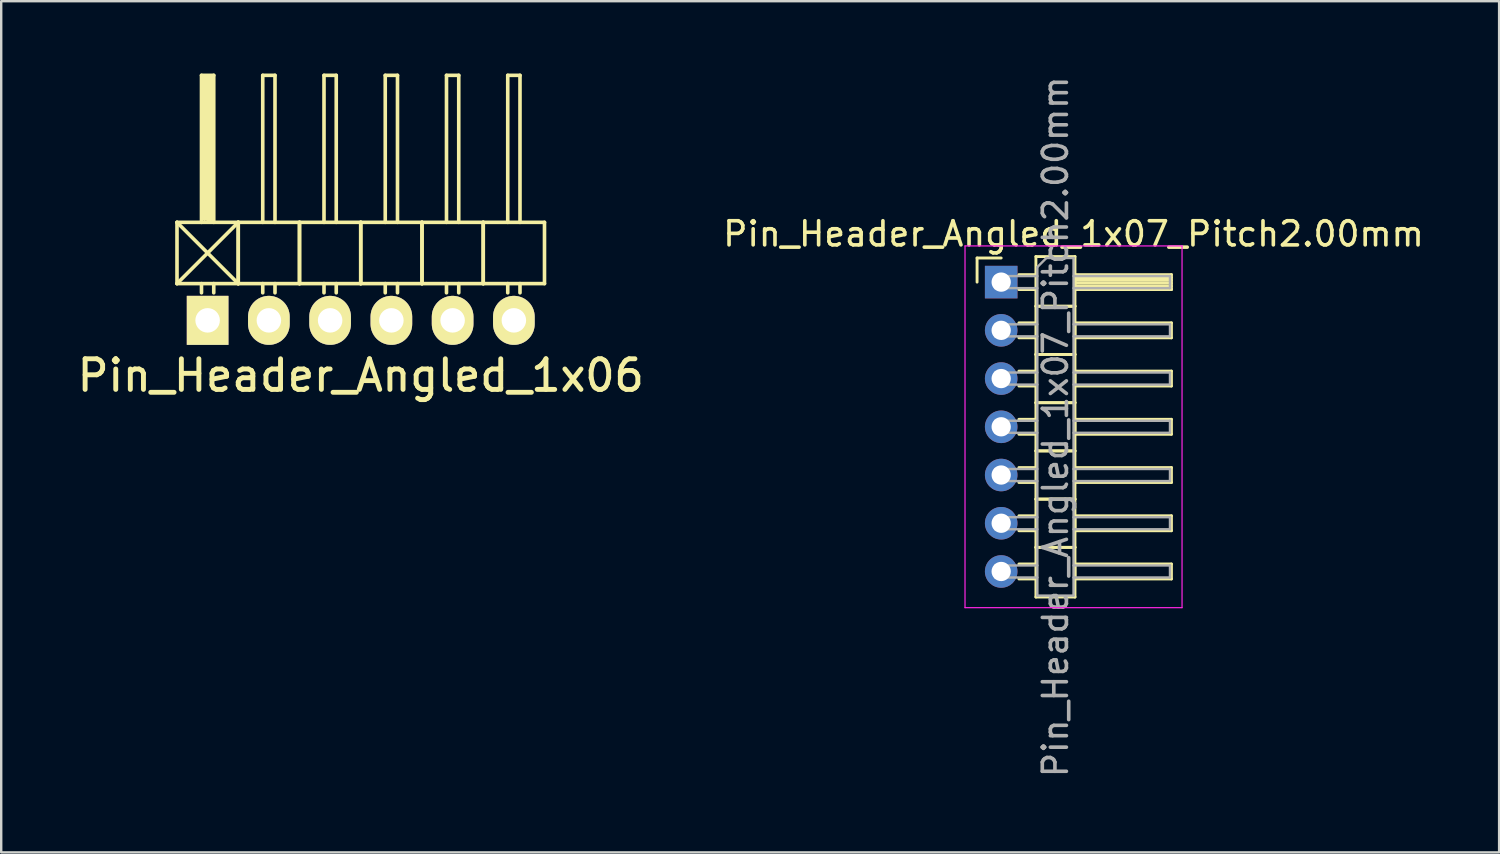
<source format=kicad_pcb>
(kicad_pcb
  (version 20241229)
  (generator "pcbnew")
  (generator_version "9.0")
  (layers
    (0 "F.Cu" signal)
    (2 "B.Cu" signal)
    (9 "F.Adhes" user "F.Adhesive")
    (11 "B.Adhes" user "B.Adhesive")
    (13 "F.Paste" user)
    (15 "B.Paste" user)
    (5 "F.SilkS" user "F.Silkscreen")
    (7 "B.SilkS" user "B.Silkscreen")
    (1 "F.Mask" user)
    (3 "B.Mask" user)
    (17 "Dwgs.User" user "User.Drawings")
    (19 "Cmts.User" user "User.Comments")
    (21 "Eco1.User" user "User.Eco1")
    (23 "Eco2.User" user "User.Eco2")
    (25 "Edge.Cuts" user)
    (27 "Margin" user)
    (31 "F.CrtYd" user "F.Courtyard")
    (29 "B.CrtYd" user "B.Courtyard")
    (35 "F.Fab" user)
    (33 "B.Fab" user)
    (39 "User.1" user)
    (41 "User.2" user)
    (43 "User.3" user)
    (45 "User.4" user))
  (footprint "Pin_Header_Angled_1x06"
    (layer "F.Cu")
    (at 11.91 10.235)
    (property "Reference" "Pin_Header_Angled_1x06" (at 0 2.286 0) (layer "F.SilkS") (effects (font (size 1.27 1.27) (thickness 0.203))))
    (attr through_hole)
    (fp_line (start -7.62 -4.064) (end -5.08 -1.524) (stroke (width 0.15) (type solid)) (layer "F.SilkS"))
    (fp_line (start -7.62 -1.524) (end -7.62 -4.064) (stroke (width 0.15) (type solid)) (layer "F.SilkS"))
    (fp_line (start -7.62 -1.524) (end -5.08 -1.524) (stroke (width 0.15) (type solid)) (layer "F.SilkS"))
    (fp_line (start -6.604 -10.16) (end -6.096 -10.16) (stroke (width 0.15) (type solid)) (layer "F.SilkS"))
    (fp_line (start -6.604 -4.064) (end -6.604 -10.16) (stroke (width 0.15) (type solid)) (layer "F.SilkS"))
    (fp_line (start -6.604 -1.524) (end -6.604 -1.143) (stroke (width 0.15) (type solid)) (layer "F.SilkS"))
    (fp_line (start -6.477 -10.033) (end -6.223 -10.033) (stroke (width 0.15) (type solid)) (layer "F.SilkS"))
    (fp_line (start -6.477 -4.191) (end -6.477 -10.033) (stroke (width 0.15) (type solid)) (layer "F.SilkS"))
    (fp_line (start -6.35 -4.191) (end -6.35 -10.033) (stroke (width 0.15) (type solid)) (layer "F.SilkS"))
    (fp_line (start -6.223 -10.033) (end -6.223 -4.191) (stroke (width 0.15) (type solid)) (layer "F.SilkS"))
    (fp_line (start -6.223 -4.191) (end -6.35 -4.191) (stroke (width 0.15) (type solid)) (layer "F.SilkS"))
    (fp_line (start -6.096 -10.16) (end -6.096 -4.064) (stroke (width 0.15) (type solid)) (layer "F.SilkS"))
    (fp_line (start -6.096 -1.524) (end -6.096 -1.143) (stroke (width 0.15) (type solid)) (layer "F.SilkS"))
    (fp_line (start -5.08 -4.064) (end -7.62 -4.064) (stroke (width 0.15) (type solid)) (layer "F.SilkS"))
    (fp_line (start -5.08 -4.064) (end -7.62 -1.524) (stroke (width 0.15) (type solid)) (layer "F.SilkS"))
    (fp_line (start -5.08 -1.524) (end -5.08 -4.064) (stroke (width 0.15) (type solid)) (layer "F.SilkS"))
    (fp_line (start -5.08 -1.524) (end -5.08 -4.064) (stroke (width 0.15) (type solid)) (layer "F.SilkS"))
    (fp_line (start -5.08 -1.524) (end -2.54 -1.524) (stroke (width 0.15) (type solid)) (layer "F.SilkS"))
    (fp_line (start -4.064 -10.16) (end -3.556 -10.16) (stroke (width 0.15) (type solid)) (layer "F.SilkS"))
    (fp_line (start -4.064 -4.064) (end -4.064 -10.16) (stroke (width 0.15) (type solid)) (layer "F.SilkS"))
    (fp_line (start -4.064 -1.524) (end -4.064 -1.143) (stroke (width 0.15) (type solid)) (layer "F.SilkS"))
    (fp_line (start -3.556 -10.16) (end -3.556 -4.064) (stroke (width 0.15) (type solid)) (layer "F.SilkS"))
    (fp_line (start -3.556 -1.524) (end -3.556 -1.143) (stroke (width 0.15) (type solid)) (layer "F.SilkS"))
    (fp_line (start -2.54 -4.064) (end -5.08 -4.064) (stroke (width 0.15) (type solid)) (layer "F.SilkS"))
    (fp_line (start -2.54 -1.524) (end -2.54 -4.064) (stroke (width 0.15) (type solid)) (layer "F.SilkS"))
    (fp_line (start -2.54 -1.524) (end -2.54 -4.064) (stroke (width 0.15) (type solid)) (layer "F.SilkS"))
    (fp_line (start -2.54 -1.524) (end 0 -1.524) (stroke (width 0.15) (type solid)) (layer "F.SilkS"))
    (fp_line (start -1.524 -10.16) (end -1.016 -10.16) (stroke (width 0.15) (type solid)) (layer "F.SilkS"))
    (fp_line (start -1.524 -4.064) (end -1.524 -10.16) (stroke (width 0.15) (type solid)) (layer "F.SilkS"))
    (fp_line (start -1.524 -1.524) (end -1.524 -1.143) (stroke (width 0.15) (type solid)) (layer "F.SilkS"))
    (fp_line (start -1.016 -10.16) (end -1.016 -4.064) (stroke (width 0.15) (type solid)) (layer "F.SilkS"))
    (fp_line (start -1.016 -1.524) (end -1.016 -1.143) (stroke (width 0.15) (type solid)) (layer "F.SilkS"))
    (fp_line (start 0 -4.064) (end -2.54 -4.064) (stroke (width 0.15) (type solid)) (layer "F.SilkS"))
    (fp_line (start 0 -1.524) (end 0 -4.064) (stroke (width 0.15) (type solid)) (layer "F.SilkS"))
    (fp_line (start 0 -1.524) (end 0 -4.064) (stroke (width 0.15) (type solid)) (layer "F.SilkS"))
    (fp_line (start 0 -1.524) (end 2.54 -1.524) (stroke (width 0.15) (type solid)) (layer "F.SilkS"))
    (fp_line (start 1.016 -10.16) (end 1.524 -10.16) (stroke (width 0.15) (type solid)) (layer "F.SilkS"))
    (fp_line (start 1.016 -4.064) (end 1.016 -10.16) (stroke (width 0.15) (type solid)) (layer "F.SilkS"))
    (fp_line (start 1.016 -1.524) (end 1.016 -1.143) (stroke (width 0.15) (type solid)) (layer "F.SilkS"))
    (fp_line (start 1.524 -10.16) (end 1.524 -4.064) (stroke (width 0.15) (type solid)) (layer "F.SilkS"))
    (fp_line (start 1.524 -1.524) (end 1.524 -1.143) (stroke (width 0.15) (type solid)) (layer "F.SilkS"))
    (fp_line (start 2.54 -4.064) (end 0 -4.064) (stroke (width 0.15) (type solid)) (layer "F.SilkS"))
    (fp_line (start 2.54 -1.524) (end 2.54 -4.064) (stroke (width 0.15) (type solid)) (layer "F.SilkS"))
    (fp_line (start 2.54 -1.524) (end 2.54 -4.064) (stroke (width 0.15) (type solid)) (layer "F.SilkS"))
    (fp_line (start 2.54 -1.524) (end 5.08 -1.524) (stroke (width 0.15) (type solid)) (layer "F.SilkS"))
    (fp_line (start 3.556 -10.16) (end 4.064 -10.16) (stroke (width 0.15) (type solid)) (layer "F.SilkS"))
    (fp_line (start 3.556 -4.064) (end 3.556 -10.16) (stroke (width 0.15) (type solid)) (layer "F.SilkS"))
    (fp_line (start 3.556 -1.524) (end 3.556 -1.143) (stroke (width 0.15) (type solid)) (layer "F.SilkS"))
    (fp_line (start 4.064 -10.16) (end 4.064 -4.064) (stroke (width 0.15) (type solid)) (layer "F.SilkS"))
    (fp_line (start 4.064 -1.524) (end 4.064 -1.143) (stroke (width 0.15) (type solid)) (layer "F.SilkS"))
    (fp_line (start 5.08 -4.064) (end 2.54 -4.064) (stroke (width 0.15) (type solid)) (layer "F.SilkS"))
    (fp_line (start 5.08 -1.524) (end 5.08 -4.064) (stroke (width 0.15) (type solid)) (layer "F.SilkS"))
    (fp_line (start 5.08 -1.524) (end 5.08 -4.064) (stroke (width 0.15) (type solid)) (layer "F.SilkS"))
    (fp_line (start 5.08 -1.524) (end 7.62 -1.524) (stroke (width 0.15) (type solid)) (layer "F.SilkS"))
    (fp_line (start 6.096 -10.16) (end 6.604 -10.16) (stroke (width 0.15) (type solid)) (layer "F.SilkS"))
    (fp_line (start 6.096 -4.064) (end 6.096 -10.16) (stroke (width 0.15) (type solid)) (layer "F.SilkS"))
    (fp_line (start 6.096 -1.524) (end 6.096 -1.143) (stroke (width 0.15) (type solid)) (layer "F.SilkS"))
    (fp_line (start 6.604 -10.16) (end 6.604 -4.064) (stroke (width 0.15) (type solid)) (layer "F.SilkS"))
    (fp_line (start 6.604 -1.524) (end 6.604 -1.143) (stroke (width 0.15) (type solid)) (layer "F.SilkS"))
    (fp_line (start 7.62 -4.064) (end 5.08 -4.064) (stroke (width 0.15) (type solid)) (layer "F.SilkS"))
    (fp_line (start 7.62 -1.524) (end 7.62 -4.064) (stroke (width 0.15) (type solid)) (layer "F.SilkS"))
    (pad "1" thru_hole rect (at -6.35 0) (size 1.727 2.032) (drill 1.016) (layers "*.Cu" "*.Mask" "F.SilkS"))
    (pad "2" thru_hole oval (at -3.81 0) (size 1.727 2.032) (drill 1.016) (layers "*.Cu" "*.Mask" "F.SilkS"))
    (pad "3" thru_hole oval (at -1.27 0) (size 1.727 2.032) (drill 1.016) (layers "*.Cu" "*.Mask" "F.SilkS"))
    (pad "4" thru_hole oval (at 1.27 0) (size 1.727 2.032) (drill 1.016) (layers "*.Cu" "*.Mask" "F.SilkS"))
    (pad "5" thru_hole oval (at 3.81 0) (size 1.727 2.032) (drill 1.016) (layers "*.Cu" "*.Mask" "F.SilkS"))
    (pad "6" thru_hole oval (at 6.35 0) (size 1.727 2.032) (drill 1.016) (layers "*.Cu" "*.Mask" "F.SilkS")))
  (footprint "Pin_Header_Angled_1x07_Pitch2.00mm"
    (layer "F.Cu")
    (at 38.469 8.649)
    (property "Reference" "Pin_Header_Angled_1x07_Pitch2.00mm" (at 3 -2 0) (layer "F.SilkS") (effects (font (size 1 1) (thickness 0.15))))
    (attr through_hole)
    (fp_line (start -1 -1) (end 0 -1) (stroke (width 0.12) (type solid)) (layer "F.SilkS"))
    (fp_line (start -1 0) (end -1 -1) (stroke (width 0.12) (type solid)) (layer "F.SilkS"))
    (fp_line (start 0.735 -0.31) (end 1.44 -0.31) (stroke (width 0.12) (type solid)) (layer "F.SilkS"))
    (fp_line (start 0.735 0.31) (end 1.44 0.31) (stroke (width 0.12) (type solid)) (layer "F.SilkS"))
    (fp_line (start 0.735 1.69) (end 1.44 1.69) (stroke (width 0.12) (type solid)) (layer "F.SilkS"))
    (fp_line (start 0.735 2.31) (end 1.44 2.31) (stroke (width 0.12) (type solid)) (layer "F.SilkS"))
    (fp_line (start 0.735 3.69) (end 1.44 3.69) (stroke (width 0.12) (type solid)) (layer "F.SilkS"))
    (fp_line (start 0.735 4.31) (end 1.44 4.31) (stroke (width 0.12) (type solid)) (layer "F.SilkS"))
    (fp_line (start 0.735 5.69) (end 1.44 5.69) (stroke (width 0.12) (type solid)) (layer "F.SilkS"))
    (fp_line (start 0.735 6.31) (end 1.44 6.31) (stroke (width 0.12) (type solid)) (layer "F.SilkS"))
    (fp_line (start 0.735 7.69) (end 1.44 7.69) (stroke (width 0.12) (type solid)) (layer "F.SilkS"))
    (fp_line (start 0.735 8.31) (end 1.44 8.31) (stroke (width 0.12) (type solid)) (layer "F.SilkS"))
    (fp_line (start 0.735 9.69) (end 1.44 9.69) (stroke (width 0.12) (type solid)) (layer "F.SilkS"))
    (fp_line (start 0.735 10.31) (end 1.44 10.31) (stroke (width 0.12) (type solid)) (layer "F.SilkS"))
    (fp_line (start 0.735 11.69) (end 1.44 11.69) (stroke (width 0.12) (type solid)) (layer "F.SilkS"))
    (fp_line (start 0.735 12.31) (end 1.44 12.31) (stroke (width 0.12) (type solid)) (layer "F.SilkS"))
    (fp_line (start 1.44 -1.06) (end 1.44 1) (stroke (width 0.12) (type solid)) (layer "F.SilkS"))
    (fp_line (start 1.44 1) (end 1.44 3) (stroke (width 0.12) (type solid)) (layer "F.SilkS"))
    (fp_line (start 1.44 1) (end 3.06 1) (stroke (width 0.12) (type solid)) (layer "F.SilkS"))
    (fp_line (start 1.44 3) (end 1.44 5) (stroke (width 0.12) (type solid)) (layer "F.SilkS"))
    (fp_line (start 1.44 3) (end 3.06 3) (stroke (width 0.12) (type solid)) (layer "F.SilkS"))
    (fp_line (start 1.44 5) (end 1.44 7) (stroke (width 0.12) (type solid)) (layer "F.SilkS"))
    (fp_line (start 1.44 5) (end 3.06 5) (stroke (width 0.12) (type solid)) (layer "F.SilkS"))
    (fp_line (start 1.44 7) (end 1.44 9) (stroke (width 0.12) (type solid)) (layer "F.SilkS"))
    (fp_line (start 1.44 7) (end 3.06 7) (stroke (width 0.12) (type solid)) (layer "F.SilkS"))
    (fp_line (start 1.44 9) (end 1.44 11) (stroke (width 0.12) (type solid)) (layer "F.SilkS"))
    (fp_line (start 1.44 9) (end 3.06 9) (stroke (width 0.12) (type solid)) (layer "F.SilkS"))
    (fp_line (start 1.44 11) (end 1.44 13.06) (stroke (width 0.12) (type solid)) (layer "F.SilkS"))
    (fp_line (start 1.44 11) (end 3.06 11) (stroke (width 0.12) (type solid)) (layer "F.SilkS"))
    (fp_line (start 1.44 13.06) (end 3.06 13.06) (stroke (width 0.12) (type solid)) (layer "F.SilkS"))
    (fp_line (start 3.06 -1.06) (end 1.44 -1.06) (stroke (width 0.12) (type solid)) (layer "F.SilkS"))
    (fp_line (start 3.06 -0.31) (end 3.06 0.31) (stroke (width 0.12) (type solid)) (layer "F.SilkS"))
    (fp_line (start 3.06 -0.19) (end 7.06 -0.19) (stroke (width 0.12) (type solid)) (layer "F.SilkS"))
    (fp_line (start 3.06 -0.07) (end 7.06 -0.07) (stroke (width 0.12) (type solid)) (layer "F.SilkS"))
    (fp_line (start 3.06 0.05) (end 7.06 0.05) (stroke (width 0.12) (type solid)) (layer "F.SilkS"))
    (fp_line (start 3.06 0.17) (end 7.06 0.17) (stroke (width 0.12) (type solid)) (layer "F.SilkS"))
    (fp_line (start 3.06 0.29) (end 7.06 0.29) (stroke (width 0.12) (type solid)) (layer "F.SilkS"))
    (fp_line (start 3.06 0.31) (end 7.06 0.31) (stroke (width 0.12) (type solid)) (layer "F.SilkS"))
    (fp_line (start 3.06 1) (end 1.44 1) (stroke (width 0.12) (type solid)) (layer "F.SilkS"))
    (fp_line (start 3.06 1) (end 3.06 -1.06) (stroke (width 0.12) (type solid)) (layer "F.SilkS"))
    (fp_line (start 3.06 1.69) (end 3.06 2.31) (stroke (width 0.12) (type solid)) (layer "F.SilkS"))
    (fp_line (start 3.06 2.31) (end 7.06 2.31) (stroke (width 0.12) (type solid)) (layer "F.SilkS"))
    (fp_line (start 3.06 3) (end 1.44 3) (stroke (width 0.12) (type solid)) (layer "F.SilkS"))
    (fp_line (start 3.06 3) (end 3.06 1) (stroke (width 0.12) (type solid)) (layer "F.SilkS"))
    (fp_line (start 3.06 3.69) (end 3.06 4.31) (stroke (width 0.12) (type solid)) (layer "F.SilkS"))
    (fp_line (start 3.06 4.31) (end 7.06 4.31) (stroke (width 0.12) (type solid)) (layer "F.SilkS"))
    (fp_line (start 3.06 5) (end 1.44 5) (stroke (width 0.12) (type solid)) (layer "F.SilkS"))
    (fp_line (start 3.06 5) (end 3.06 3) (stroke (width 0.12) (type solid)) (layer "F.SilkS"))
    (fp_line (start 3.06 5.69) (end 3.06 6.31) (stroke (width 0.12) (type solid)) (layer "F.SilkS"))
    (fp_line (start 3.06 6.31) (end 7.06 6.31) (stroke (width 0.12) (type solid)) (layer "F.SilkS"))
    (fp_line (start 3.06 7) (end 1.44 7) (stroke (width 0.12) (type solid)) (layer "F.SilkS"))
    (fp_line (start 3.06 7) (end 3.06 5) (stroke (width 0.12) (type solid)) (layer "F.SilkS"))
    (fp_line (start 3.06 7.69) (end 3.06 8.31) (stroke (width 0.12) (type solid)) (layer "F.SilkS"))
    (fp_line (start 3.06 8.31) (end 7.06 8.31) (stroke (width 0.12) (type solid)) (layer "F.SilkS"))
    (fp_line (start 3.06 9) (end 1.44 9) (stroke (width 0.12) (type solid)) (layer "F.SilkS"))
    (fp_line (start 3.06 9) (end 3.06 7) (stroke (width 0.12) (type solid)) (layer "F.SilkS"))
    (fp_line (start 3.06 9.69) (end 3.06 10.31) (stroke (width 0.12) (type solid)) (layer "F.SilkS"))
    (fp_line (start 3.06 10.31) (end 7.06 10.31) (stroke (width 0.12) (type solid)) (layer "F.SilkS"))
    (fp_line (start 3.06 11) (end 1.44 11) (stroke (width 0.12) (type solid)) (layer "F.SilkS"))
    (fp_line (start 3.06 11) (end 3.06 9) (stroke (width 0.12) (type solid)) (layer "F.SilkS"))
    (fp_line (start 3.06 11.69) (end 3.06 12.31) (stroke (width 0.12) (type solid)) (layer "F.SilkS"))
    (fp_line (start 3.06 12.31) (end 7.06 12.31) (stroke (width 0.12) (type solid)) (layer "F.SilkS"))
    (fp_line (start 3.06 13.06) (end 3.06 11) (stroke (width 0.12) (type solid)) (layer "F.SilkS"))
    (fp_line (start 7.06 -0.31) (end 3.06 -0.31) (stroke (width 0.12) (type solid)) (layer "F.SilkS"))
    (fp_line (start 7.06 0.31) (end 7.06 -0.31) (stroke (width 0.12) (type solid)) (layer "F.SilkS"))
    (fp_line (start 7.06 1.69) (end 3.06 1.69) (stroke (width 0.12) (type solid)) (layer "F.SilkS"))
    (fp_line (start 7.06 2.31) (end 7.06 1.69) (stroke (width 0.12) (type solid)) (layer "F.SilkS"))
    (fp_line (start 7.06 3.69) (end 3.06 3.69) (stroke (width 0.12) (type solid)) (layer "F.SilkS"))
    (fp_line (start 7.06 4.31) (end 7.06 3.69) (stroke (width 0.12) (type solid)) (layer "F.SilkS"))
    (fp_line (start 7.06 5.69) (end 3.06 5.69) (stroke (width 0.12) (type solid)) (layer "F.SilkS"))
    (fp_line (start 7.06 6.31) (end 7.06 5.69) (stroke (width 0.12) (type solid)) (layer "F.SilkS"))
    (fp_line (start 7.06 7.69) (end 3.06 7.69) (stroke (width 0.12) (type solid)) (layer "F.SilkS"))
    (fp_line (start 7.06 8.31) (end 7.06 7.69) (stroke (width 0.12) (type solid)) (layer "F.SilkS"))
    (fp_line (start 7.06 9.69) (end 3.06 9.69) (stroke (width 0.12) (type solid)) (layer "F.SilkS"))
    (fp_line (start 7.06 10.31) (end 7.06 9.69) (stroke (width 0.12) (type solid)) (layer "F.SilkS"))
    (fp_line (start 7.06 11.69) (end 3.06 11.69) (stroke (width 0.12) (type solid)) (layer "F.SilkS"))
    (fp_line (start 7.06 12.31) (end 7.06 11.69) (stroke (width 0.12) (type solid)) (layer "F.SilkS"))
    (fp_line (start -1.5 -1.5) (end -1.5 13.5) (stroke (width 0.05) (type solid)) (layer "F.CrtYd"))
    (fp_line (start -1.5 13.5) (end 7.5 13.5) (stroke (width 0.05) (type solid)) (layer "F.CrtYd"))
    (fp_line (start 7.5 -1.5) (end -1.5 -1.5) (stroke (width 0.05) (type solid)) (layer "F.CrtYd"))
    (fp_line (start 7.5 13.5) (end 7.5 -1.5) (stroke (width 0.05) (type solid)) (layer "F.CrtYd"))
    (fp_line (start -0.25 -0.25) (end -0.25 0.25) (stroke (width 0.1) (type solid)) (layer "F.Fab"))
    (fp_line (start -0.25 -0.25) (end 1.5 -0.25) (stroke (width 0.1) (type solid)) (layer "F.Fab"))
    (fp_line (start -0.25 0.25) (end 1.5 0.25) (stroke (width 0.1) (type solid)) (layer "F.Fab"))
    (fp_line (start -0.25 1.75) (end -0.25 2.25) (stroke (width 0.1) (type solid)) (layer "F.Fab"))
    (fp_line (start -0.25 1.75) (end 1.5 1.75) (stroke (width 0.1) (type solid)) (layer "F.Fab"))
    (fp_line (start -0.25 2.25) (end 1.5 2.25) (stroke (width 0.1) (type solid)) (layer "F.Fab"))
    (fp_line (start -0.25 3.75) (end -0.25 4.25) (stroke (width 0.1) (type solid)) (layer "F.Fab"))
    (fp_line (start -0.25 3.75) (end 1.5 3.75) (stroke (width 0.1) (type solid)) (layer "F.Fab"))
    (fp_line (start -0.25 4.25) (end 1.5 4.25) (stroke (width 0.1) (type solid)) (layer "F.Fab"))
    (fp_line (start -0.25 5.75) (end -0.25 6.25) (stroke (width 0.1) (type solid)) (layer "F.Fab"))
    (fp_line (start -0.25 5.75) (end 1.5 5.75) (stroke (width 0.1) (type solid)) (layer "F.Fab"))
    (fp_line (start -0.25 6.25) (end 1.5 6.25) (stroke (width 0.1) (type solid)) (layer "F.Fab"))
    (fp_line (start -0.25 7.75) (end -0.25 8.25) (stroke (width 0.1) (type solid)) (layer "F.Fab"))
    (fp_line (start -0.25 7.75) (end 1.5 7.75) (stroke (width 0.1) (type solid)) (layer "F.Fab"))
    (fp_line (start -0.25 8.25) (end 1.5 8.25) (stroke (width 0.1) (type solid)) (layer "F.Fab"))
    (fp_line (start -0.25 9.75) (end -0.25 10.25) (stroke (width 0.1) (type solid)) (layer "F.Fab"))
    (fp_line (start -0.25 9.75) (end 1.5 9.75) (stroke (width 0.1) (type solid)) (layer "F.Fab"))
    (fp_line (start -0.25 10.25) (end 1.5 10.25) (stroke (width 0.1) (type solid)) (layer "F.Fab"))
    (fp_line (start -0.25 11.75) (end -0.25 12.25) (stroke (width 0.1) (type solid)) (layer "F.Fab"))
    (fp_line (start -0.25 11.75) (end 1.5 11.75) (stroke (width 0.1) (type solid)) (layer "F.Fab"))
    (fp_line (start -0.25 12.25) (end 1.5 12.25) (stroke (width 0.1) (type solid)) (layer "F.Fab"))
    (fp_line (start 1.5 -0.625) (end 1.875 -1) (stroke (width 0.1) (type solid)) (layer "F.Fab"))
    (fp_line (start 1.5 13) (end 1.5 -0.625) (stroke (width 0.1) (type solid)) (layer "F.Fab"))
    (fp_line (start 1.875 -1) (end 3 -1) (stroke (width 0.1) (type solid)) (layer "F.Fab"))
    (fp_line (start 3 -1) (end 3 13) (stroke (width 0.1) (type solid)) (layer "F.Fab"))
    (fp_line (start 3 -0.25) (end 7 -0.25) (stroke (width 0.1) (type solid)) (layer "F.Fab"))
    (fp_line (start 3 0.25) (end 7 0.25) (stroke (width 0.1) (type solid)) (layer "F.Fab"))
    (fp_line (start 3 1.75) (end 7 1.75) (stroke (width 0.1) (type solid)) (layer "F.Fab"))
    (fp_line (start 3 2.25) (end 7 2.25) (stroke (width 0.1) (type solid)) (layer "F.Fab"))
    (fp_line (start 3 3.75) (end 7 3.75) (stroke (width 0.1) (type solid)) (layer "F.Fab"))
    (fp_line (start 3 4.25) (end 7 4.25) (stroke (width 0.1) (type solid)) (layer "F.Fab"))
    (fp_line (start 3 5.75) (end 7 5.75) (stroke (width 0.1) (type solid)) (layer "F.Fab"))
    (fp_line (start 3 6.25) (end 7 6.25) (stroke (width 0.1) (type solid)) (layer "F.Fab"))
    (fp_line (start 3 7.75) (end 7 7.75) (stroke (width 0.1) (type solid)) (layer "F.Fab"))
    (fp_line (start 3 8.25) (end 7 8.25) (stroke (width 0.1) (type solid)) (layer "F.Fab"))
    (fp_line (start 3 9.75) (end 7 9.75) (stroke (width 0.1) (type solid)) (layer "F.Fab"))
    (fp_line (start 3 10.25) (end 7 10.25) (stroke (width 0.1) (type solid)) (layer "F.Fab"))
    (fp_line (start 3 11.75) (end 7 11.75) (stroke (width 0.1) (type solid)) (layer "F.Fab"))
    (fp_line (start 3 12.25) (end 7 12.25) (stroke (width 0.1) (type solid)) (layer "F.Fab"))
    (fp_line (start 3 13) (end 1.5 13) (stroke (width 0.1) (type solid)) (layer "F.Fab"))
    (fp_line (start 7 -0.25) (end 7 0.25) (stroke (width 0.1) (type solid)) (layer "F.Fab"))
    (fp_line (start 7 1.75) (end 7 2.25) (stroke (width 0.1) (type solid)) (layer "F.Fab"))
    (fp_line (start 7 3.75) (end 7 4.25) (stroke (width 0.1) (type solid)) (layer "F.Fab"))
    (fp_line (start 7 5.75) (end 7 6.25) (stroke (width 0.1) (type solid)) (layer "F.Fab"))
    (fp_line (start 7 7.75) (end 7 8.25) (stroke (width 0.1) (type solid)) (layer "F.Fab"))
    (fp_line (start 7 9.75) (end 7 10.25) (stroke (width 0.1) (type solid)) (layer "F.Fab"))
    (fp_line (start 7 11.75) (end 7 12.25) (stroke (width 0.1) (type solid)) (layer "F.Fab"))
    (fp_text user "${REFERENCE}" (at 2.25 6 90) (layer "F.Fab") (effects (font (size 1 1) (thickness 0.15))))
    (pad "1" thru_hole rect (at 0 0) (size 1.35 1.35) (drill 0.8) (layers "*.Cu" "*.Mask"))
    (pad "2" thru_hole oval (at 0 2) (size 1.35 1.35) (drill 0.8) (layers "*.Cu" "*.Mask"))
    (pad "3" thru_hole oval (at 0 4) (size 1.35 1.35) (drill 0.8) (layers "*.Cu" "*.Mask"))
    (pad "4" thru_hole oval (at 0 6) (size 1.35 1.35) (drill 0.8) (layers "*.Cu" "*.Mask"))
    (pad "5" thru_hole oval (at 0 8) (size 1.35 1.35) (drill 0.8) (layers "*.Cu" "*.Mask"))
    (pad "6" thru_hole oval (at 0 10) (size 1.35 1.35) (drill 0.8) (layers "*.Cu" "*.Mask"))
    (pad "7" thru_hole oval (at 0 12) (size 1.35 1.35) (drill 0.8) (layers "*.Cu" "*.Mask")))
  (gr_rect
    (start -3 -3)
    (end 59.118 32.298)
    (stroke (width 0.1) (type default))
    (fill no)
    (layer "Edge.Cuts")))
</source>
